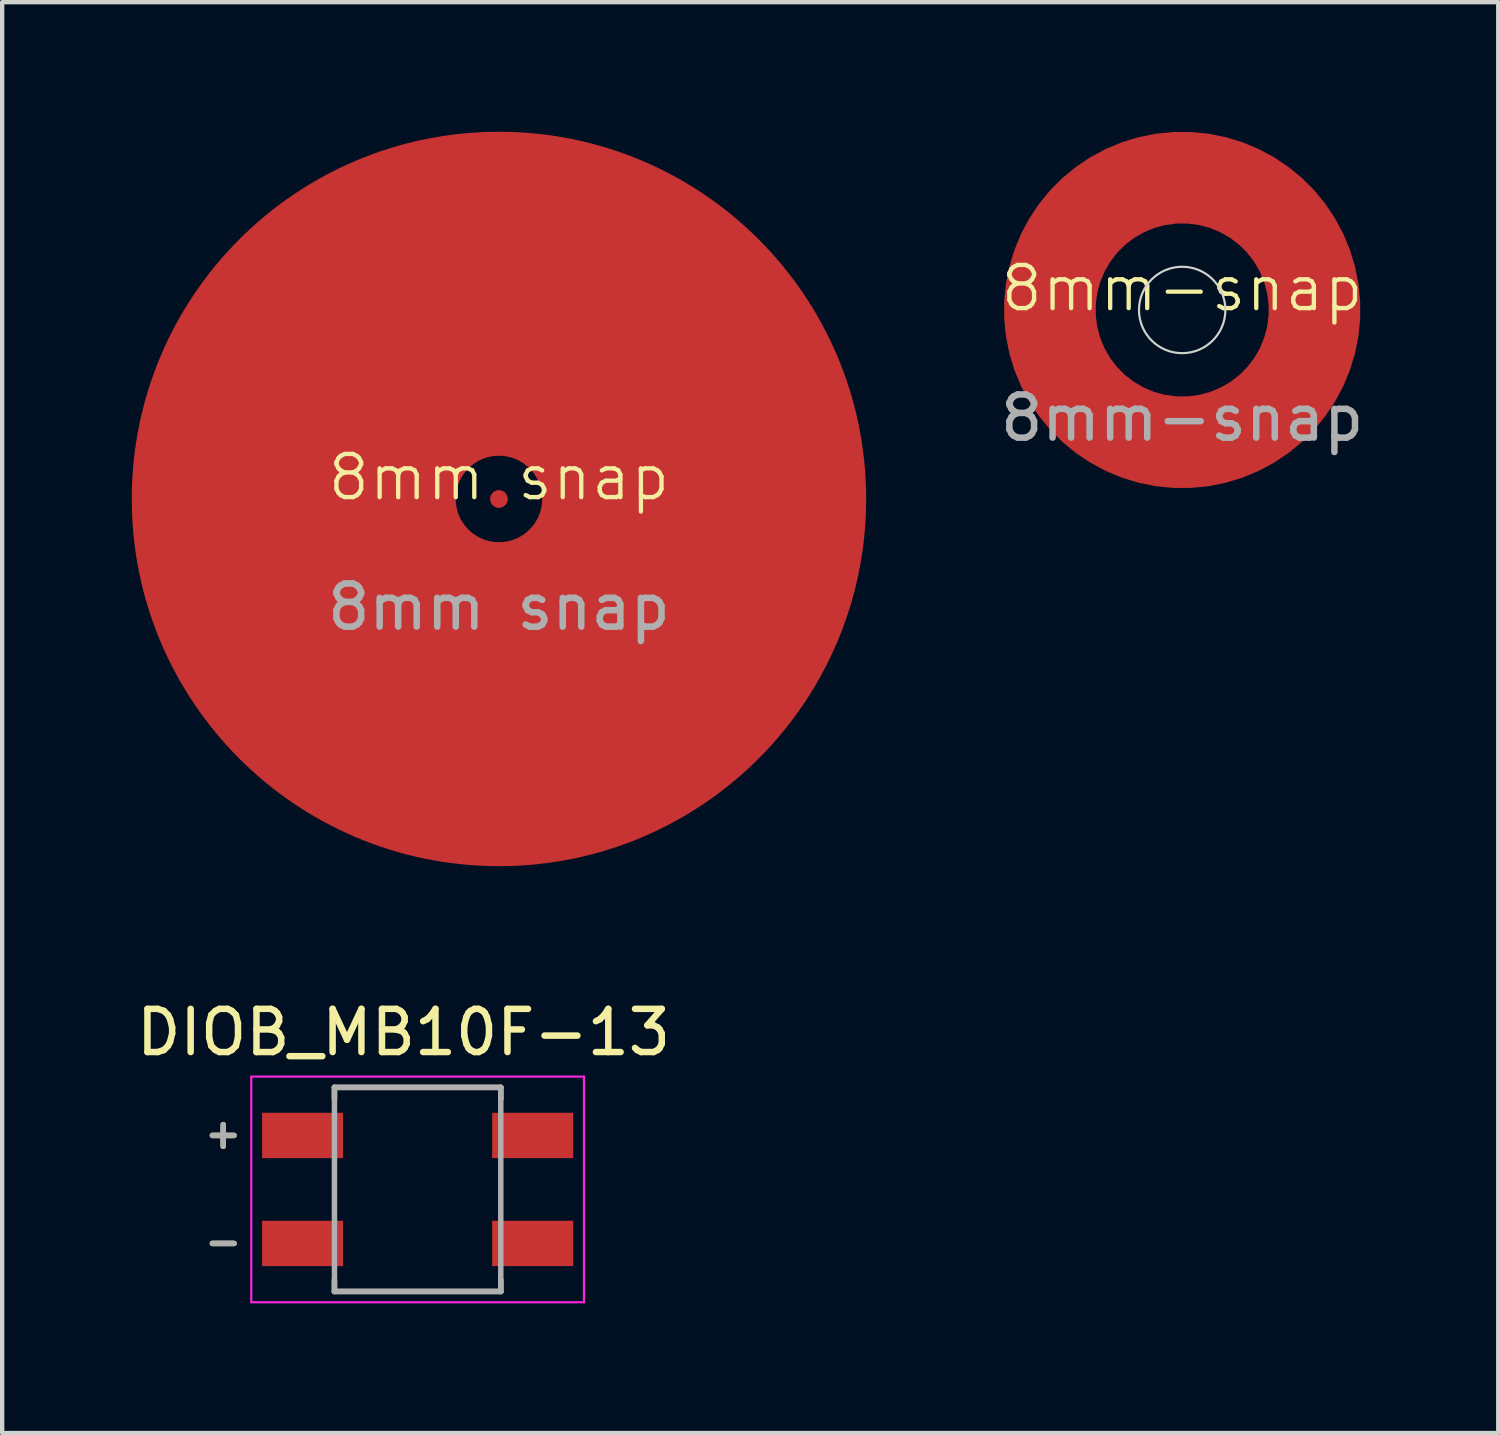
<source format=kicad_pcb>
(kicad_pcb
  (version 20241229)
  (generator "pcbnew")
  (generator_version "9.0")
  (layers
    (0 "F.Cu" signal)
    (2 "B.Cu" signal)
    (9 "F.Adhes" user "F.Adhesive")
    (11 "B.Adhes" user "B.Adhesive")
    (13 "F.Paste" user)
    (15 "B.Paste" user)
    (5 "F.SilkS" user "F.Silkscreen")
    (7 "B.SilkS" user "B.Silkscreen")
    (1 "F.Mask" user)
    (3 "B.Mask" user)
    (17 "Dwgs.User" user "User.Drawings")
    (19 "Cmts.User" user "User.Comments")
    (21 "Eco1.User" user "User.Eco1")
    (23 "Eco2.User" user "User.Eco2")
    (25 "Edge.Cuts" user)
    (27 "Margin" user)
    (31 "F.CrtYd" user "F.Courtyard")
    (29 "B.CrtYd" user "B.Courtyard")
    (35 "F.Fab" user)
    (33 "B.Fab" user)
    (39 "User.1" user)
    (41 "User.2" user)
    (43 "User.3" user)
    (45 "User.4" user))
  (footprint "DIOB_MB10F-13"
    (layer "F.Cu")
    (at 6.617 24.483)
    (property "Reference" "DIOB_MB10F-13" (at -0.325 -3.635 0) (layer "F.SilkS") (effects (font (size 1 1) (thickness 0.15))))
    (attr smd)
    (fp_line (start -4.75 -1.25) (end -4.25 -1.25) (stroke (width 0.127) (type solid)) (layer "F.SilkS"))
    (fp_line (start -4.75 1.25) (end -4.25 1.25) (stroke (width 0.127) (type solid)) (layer "F.SilkS"))
    (fp_line (start -4.5 -1.5) (end -4.5 -1) (stroke (width 0.127) (type solid)) (layer "F.SilkS"))
    (fp_line (start -1.925 -2.362) (end -1.925 -2.095) (stroke (width 0.127) (type solid)) (layer "F.SilkS"))
    (fp_line (start -1.925 2.095) (end -1.925 2.362) (stroke (width 0.127) (type solid)) (layer "F.SilkS"))
    (fp_line (start -1.925 2.362) (end 1.925 2.362) (stroke (width 0.127) (type solid)) (layer "F.SilkS"))
    (fp_line (start 1.925 -2.362) (end -1.925 -2.362) (stroke (width 0.127) (type solid)) (layer "F.SilkS"))
    (fp_line (start 1.925 -2.095) (end 1.925 -2.362) (stroke (width 0.127) (type solid)) (layer "F.SilkS"))
    (fp_line (start 1.925 2.362) (end 1.925 2.095) (stroke (width 0.127) (type solid)) (layer "F.SilkS"))
    (fp_line (start -3.85 2.612) (end -3.85 -2.612) (stroke (width 0.05) (type solid)) (layer "F.CrtYd"))
    (fp_line (start 3.85 -2.612) (end -3.85 -2.612) (stroke (width 0.05) (type solid)) (layer "F.CrtYd"))
    (fp_line (start 3.85 2.612) (end -3.85 2.612) (stroke (width 0.05) (type solid)) (layer "F.CrtYd"))
    (fp_line (start 3.85 2.612) (end 3.85 -2.612) (stroke (width 0.05) (type solid)) (layer "F.CrtYd"))
    (fp_line (start -4.75 -1.25) (end -4.25 -1.25) (stroke (width 0.127) (type solid)) (layer "F.Fab"))
    (fp_line (start -4.75 1.25) (end -4.25 1.25) (stroke (width 0.127) (type solid)) (layer "F.Fab"))
    (fp_line (start -4.5 -1.5) (end -4.5 -1) (stroke (width 0.127) (type solid)) (layer "F.Fab"))
    (fp_line (start -1.925 2.362) (end -1.925 -2.362) (stroke (width 0.127) (type solid)) (layer "F.Fab"))
    (fp_line (start 1.925 -2.362) (end -1.925 -2.362) (stroke (width 0.127) (type solid)) (layer "F.Fab"))
    (fp_line (start 1.925 2.362) (end -1.925 2.362) (stroke (width 0.127) (type solid)) (layer "F.Fab"))
    (fp_line (start 1.925 2.362) (end 1.925 -2.362) (stroke (width 0.127) (type solid)) (layer "F.Fab"))
    (pad "1" smd rect (at -2.663 -1.25) (size 1.875 1.05) (layers "F.Cu" "F.Mask" "F.Paste"))
    (pad "2" smd rect (at 2.663 -1.25 180) (size 1.875 1.05) (layers "F.Cu" "F.Mask" "F.Paste"))
    (pad "3" smd rect (at -2.663 1.25) (size 1.875 1.05) (layers "F.Cu" "F.Mask" "F.Paste"))
    (pad "4" smd rect (at 2.663 1.25 180) (size 1.875 1.05) (layers "F.Cu" "F.Mask" "F.Paste")))
  (footprint "8mm-snap"
    (layer "F.Cu")
    (at 24.315 4.125)
    (property "Reference" "8mm-snap" (at 0 -0.5 0) (unlocked yes) (layer "F.SilkS") (effects (font (size 1 1) (thickness 0.1))))
    (attr smd)
    (fp_circle (center 0 0) (end 1 0) (stroke (width 0.05) (type default)) (fill no) (layer "Edge.Cuts"))
    (fp_text user "${REFERENCE}" (at 0 2.5 0) (unlocked yes) (layer "F.Fab") (effects (font (size 1 1) (thickness 0.15))))
    (pad "1" smd custom (at -3 0) (size 1 1) (layers "F.Cu" "F.Mask" "F.Paste") (options (anchor rect)) (primitives (gr_circle (center 3 0) (end 7.025 0) (width 0.2) (fill no)) (gr_circle (center 3 0) (end 6 0) (width 2) (fill no)))))
  (footprint "8mm snap"
    (layer "F.Cu")
    (at 8.5 8.5)
    (property "Reference" "8mm snap" (at 0 -0.5 0) (unlocked yes) (layer "F.SilkS") (effects (font (size 1 1) (thickness 0.1))))
    (attr smd)
    (fp_circle (center 0 0) (end 0 0) (stroke (width 0.2) (type default)) (fill no) (layer "F.Cu"))
    (fp_circle (center 0 0) (end 0 0) (stroke (width 0.2) (type default)) (fill no) (layer "F.Cu"))
    (fp_circle (center 0 0) (end 1 0) (stroke (width 5) (type default)) (fill no) (layer "F.Cu"))
    (fp_circle (center 0 0) (end 5.68 0) (stroke (width 5) (type default)) (fill no) (layer "F.Cu"))
    (fp_circle (center 0 0) (end 8 0) (stroke (width 1) (type default)) (fill no) (layer "F.Cu"))
    (fp_circle (center 5.08 -5.08) (end 5.08 -5.08) (stroke (width 0.2) (type default)) (fill no) (layer "F.Cu"))
    (fp_text user "${REFERENCE}" (at 0 2.5 0) (unlocked yes) (layer "F.Fab") (effects (font (size 1 1) (thickness 0.15)))))
  (gr_rect
    (start -3 -3)
    (end 31.631 30.121)
    (stroke (width 0.1) (type default))
    (fill no)
    (layer "Edge.Cuts")))
</source>
